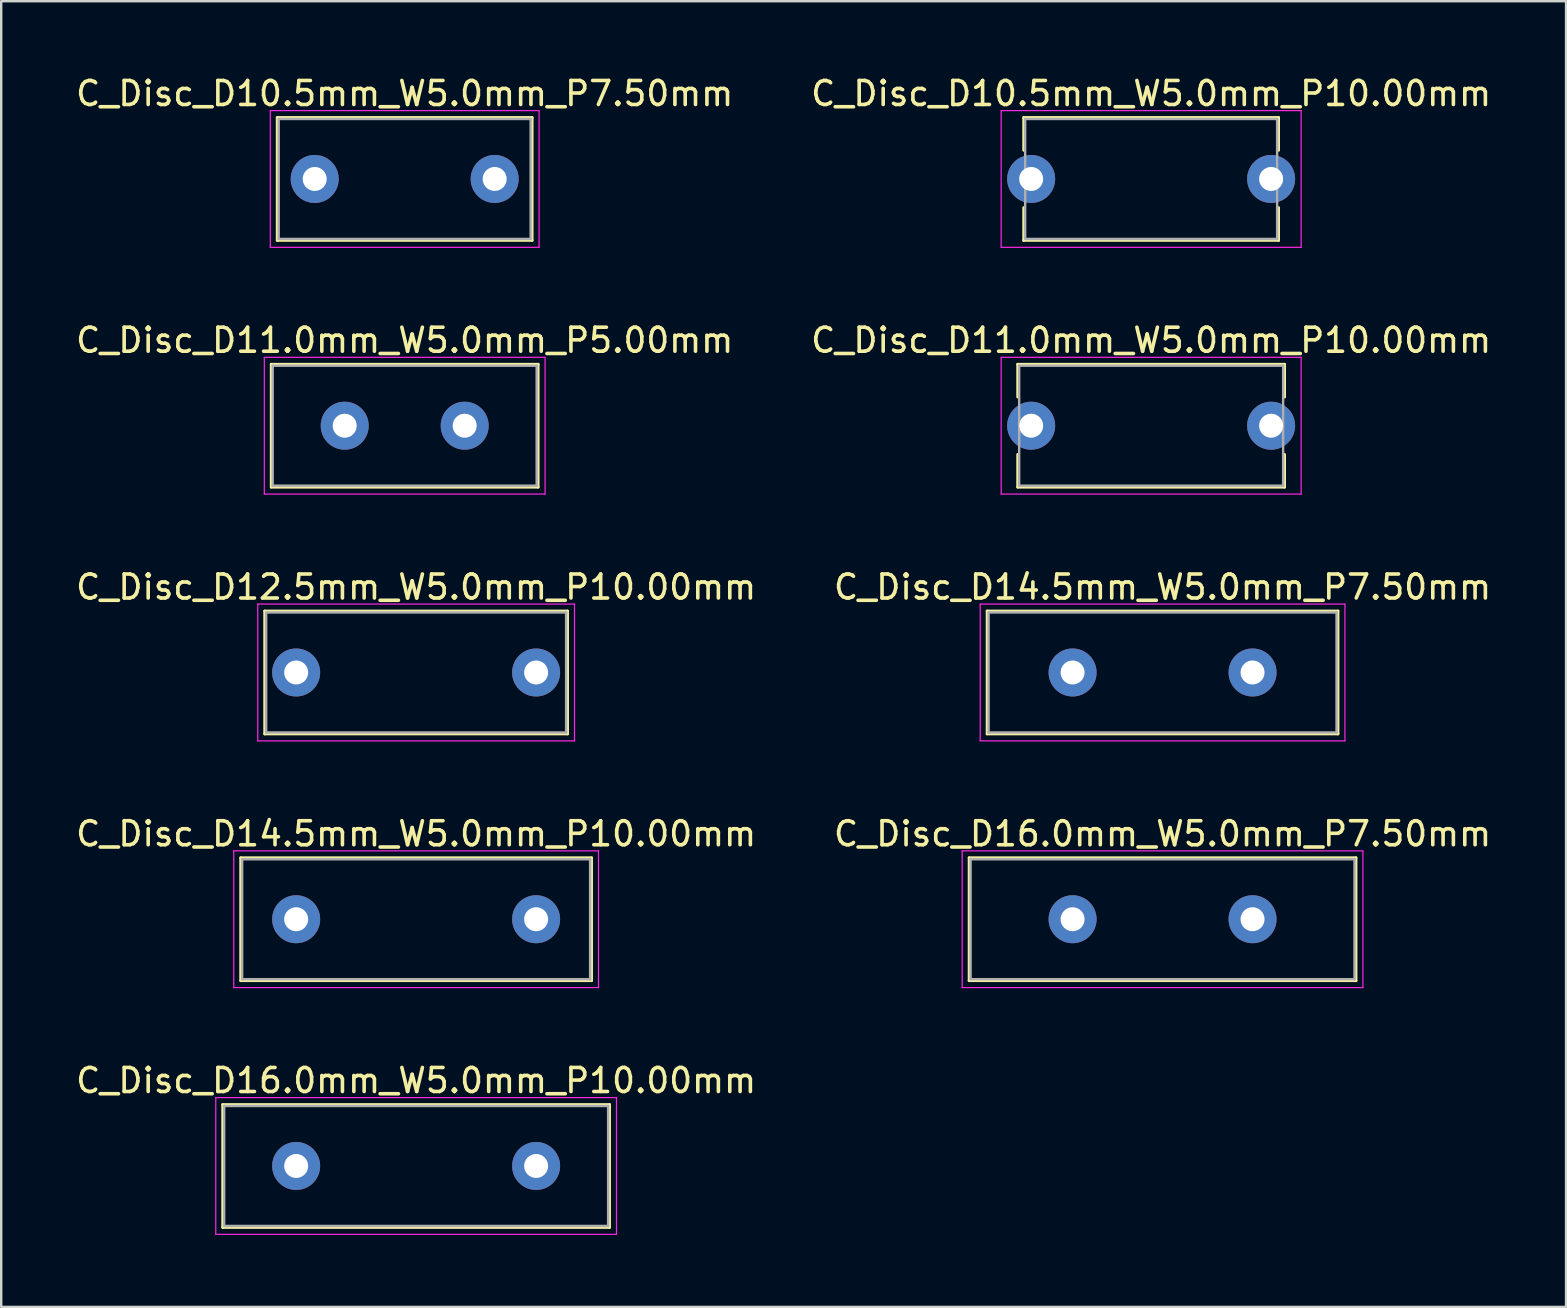
<source format=kicad_pcb>
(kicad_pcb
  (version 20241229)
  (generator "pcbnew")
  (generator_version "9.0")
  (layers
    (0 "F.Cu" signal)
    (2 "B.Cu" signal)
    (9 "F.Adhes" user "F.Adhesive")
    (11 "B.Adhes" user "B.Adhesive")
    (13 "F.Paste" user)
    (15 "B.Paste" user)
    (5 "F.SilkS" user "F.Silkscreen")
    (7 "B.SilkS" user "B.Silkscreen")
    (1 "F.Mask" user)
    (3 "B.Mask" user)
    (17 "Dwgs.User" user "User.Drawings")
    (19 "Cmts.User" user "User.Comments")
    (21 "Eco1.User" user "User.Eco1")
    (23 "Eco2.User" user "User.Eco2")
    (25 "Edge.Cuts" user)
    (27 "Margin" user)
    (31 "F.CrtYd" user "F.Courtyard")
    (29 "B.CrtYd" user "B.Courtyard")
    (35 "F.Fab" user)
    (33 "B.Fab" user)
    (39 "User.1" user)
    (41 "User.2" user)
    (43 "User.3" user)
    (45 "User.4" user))
  (footprint "C_Disc_D11.0mm_W5.0mm_P10.00mm"
    (layer "F.Cu")
    (at 39.923 14.691)
    (property "Reference" "C_Disc_D11.0mm_W5.0mm_P10.00mm" (at 5 -3.56 0) (layer "F.SilkS") (effects (font (size 1 1) (thickness 0.15))))
    (attr through_hole)
    (fp_line (start -0.56 -2.56) (end -0.56 -1.195) (stroke (width 0.12) (type solid)) (layer "F.SilkS"))
    (fp_line (start -0.56 -2.56) (end 10.56 -2.56) (stroke (width 0.12) (type solid)) (layer "F.SilkS"))
    (fp_line (start -0.56 1.195) (end -0.56 2.56) (stroke (width 0.12) (type solid)) (layer "F.SilkS"))
    (fp_line (start -0.56 2.56) (end 10.56 2.56) (stroke (width 0.12) (type solid)) (layer "F.SilkS"))
    (fp_line (start 10.56 -2.56) (end 10.56 -1.195) (stroke (width 0.12) (type solid)) (layer "F.SilkS"))
    (fp_line (start 10.56 1.195) (end 10.56 2.56) (stroke (width 0.12) (type solid)) (layer "F.SilkS"))
    (fp_line (start -1.25 -2.85) (end -1.25 2.85) (stroke (width 0.05) (type solid)) (layer "F.CrtYd"))
    (fp_line (start -1.25 2.85) (end 11.25 2.85) (stroke (width 0.05) (type solid)) (layer "F.CrtYd"))
    (fp_line (start 11.25 -2.85) (end -1.25 -2.85) (stroke (width 0.05) (type solid)) (layer "F.CrtYd"))
    (fp_line (start 11.25 2.85) (end 11.25 -2.85) (stroke (width 0.05) (type solid)) (layer "F.CrtYd"))
    (fp_line (start -0.5 -2.5) (end -0.5 2.5) (stroke (width 0.1) (type solid)) (layer "F.Fab"))
    (fp_line (start -0.5 2.5) (end 10.5 2.5) (stroke (width 0.1) (type solid)) (layer "F.Fab"))
    (fp_line (start 10.5 -2.5) (end -0.5 -2.5) (stroke (width 0.1) (type solid)) (layer "F.Fab"))
    (fp_line (start 10.5 2.5) (end 10.5 -2.5) (stroke (width 0.1) (type solid)) (layer "F.Fab"))
    (pad "1" thru_hole circle (at 0 0) (size 2 2) (drill 1) (layers "*.Cu" "*.Mask"))
    (pad "2" thru_hole circle (at 10 0) (size 2 2) (drill 1) (layers "*.Cu" "*.Mask")))
  (footprint "C_Disc_D16.0mm_W5.0mm_P7.50mm"
    (layer "F.Cu")
    (at 41.649 35.258)
    (property "Reference" "C_Disc_D16.0mm_W5.0mm_P7.50mm" (at 3.75 -3.56 0) (layer "F.SilkS") (effects (font (size 1 1) (thickness 0.15))))
    (attr through_hole)
    (fp_line (start -4.31 -2.56) (end -4.31 2.56) (stroke (width 0.12) (type solid)) (layer "F.SilkS"))
    (fp_line (start -4.31 -2.56) (end 11.81 -2.56) (stroke (width 0.12) (type solid)) (layer "F.SilkS"))
    (fp_line (start -4.31 2.56) (end 11.81 2.56) (stroke (width 0.12) (type solid)) (layer "F.SilkS"))
    (fp_line (start 11.81 -2.56) (end 11.81 2.56) (stroke (width 0.12) (type solid)) (layer "F.SilkS"))
    (fp_line (start -4.6 -2.85) (end -4.6 2.85) (stroke (width 0.05) (type solid)) (layer "F.CrtYd"))
    (fp_line (start -4.6 2.85) (end 12.1 2.85) (stroke (width 0.05) (type solid)) (layer "F.CrtYd"))
    (fp_line (start 12.1 -2.85) (end -4.6 -2.85) (stroke (width 0.05) (type solid)) (layer "F.CrtYd"))
    (fp_line (start 12.1 2.85) (end 12.1 -2.85) (stroke (width 0.05) (type solid)) (layer "F.CrtYd"))
    (fp_line (start -4.25 -2.5) (end -4.25 2.5) (stroke (width 0.1) (type solid)) (layer "F.Fab"))
    (fp_line (start -4.25 2.5) (end 11.75 2.5) (stroke (width 0.1) (type solid)) (layer "F.Fab"))
    (fp_line (start 11.75 -2.5) (end -4.25 -2.5) (stroke (width 0.1) (type solid)) (layer "F.Fab"))
    (fp_line (start 11.75 2.5) (end 11.75 -2.5) (stroke (width 0.1) (type solid)) (layer "F.Fab"))
    (pad "1" thru_hole circle (at 0 0) (size 2 2) (drill 1) (layers "*.Cu" "*.Mask"))
    (pad "2" thru_hole circle (at 7.5 0) (size 2 2) (drill 1) (layers "*.Cu" "*.Mask")))
  (footprint "C_Disc_D11.0mm_W5.0mm_P5.00mm"
    (layer "F.Cu")
    (at 11.315 14.691)
    (property "Reference" "C_Disc_D11.0mm_W5.0mm_P5.00mm" (at 2.5 -3.56 0) (layer "F.SilkS") (effects (font (size 1 1) (thickness 0.15))))
    (attr through_hole)
    (fp_line (start -3.06 -2.56) (end -3.06 2.56) (stroke (width 0.12) (type solid)) (layer "F.SilkS"))
    (fp_line (start -3.06 -2.56) (end 8.06 -2.56) (stroke (width 0.12) (type solid)) (layer "F.SilkS"))
    (fp_line (start -3.06 2.56) (end 8.06 2.56) (stroke (width 0.12) (type solid)) (layer "F.SilkS"))
    (fp_line (start 8.06 -2.56) (end 8.06 2.56) (stroke (width 0.12) (type solid)) (layer "F.SilkS"))
    (fp_line (start -3.35 -2.85) (end -3.35 2.85) (stroke (width 0.05) (type solid)) (layer "F.CrtYd"))
    (fp_line (start -3.35 2.85) (end 8.35 2.85) (stroke (width 0.05) (type solid)) (layer "F.CrtYd"))
    (fp_line (start 8.35 -2.85) (end -3.35 -2.85) (stroke (width 0.05) (type solid)) (layer "F.CrtYd"))
    (fp_line (start 8.35 2.85) (end 8.35 -2.85) (stroke (width 0.05) (type solid)) (layer "F.CrtYd"))
    (fp_line (start -3 -2.5) (end -3 2.5) (stroke (width 0.1) (type solid)) (layer "F.Fab"))
    (fp_line (start -3 2.5) (end 8 2.5) (stroke (width 0.1) (type solid)) (layer "F.Fab"))
    (fp_line (start 8 -2.5) (end -3 -2.5) (stroke (width 0.1) (type solid)) (layer "F.Fab"))
    (fp_line (start 8 2.5) (end 8 -2.5) (stroke (width 0.1) (type solid)) (layer "F.Fab"))
    (pad "1" thru_hole circle (at 0 0) (size 2 2) (drill 1) (layers "*.Cu" "*.Mask"))
    (pad "2" thru_hole circle (at 5 0) (size 2 2) (drill 1) (layers "*.Cu" "*.Mask")))
  (footprint "C_Disc_D14.5mm_W5.0mm_P10.00mm"
    (layer "F.Cu")
    (at 9.292 35.258)
    (property "Reference" "C_Disc_D14.5mm_W5.0mm_P10.00mm" (at 5 -3.56 0) (layer "F.SilkS") (effects (font (size 1 1) (thickness 0.15))))
    (attr through_hole)
    (fp_line (start -2.31 -2.56) (end -2.31 2.56) (stroke (width 0.12) (type solid)) (layer "F.SilkS"))
    (fp_line (start -2.31 -2.56) (end 12.31 -2.56) (stroke (width 0.12) (type solid)) (layer "F.SilkS"))
    (fp_line (start -2.31 2.56) (end 12.31 2.56) (stroke (width 0.12) (type solid)) (layer "F.SilkS"))
    (fp_line (start 12.31 -2.56) (end 12.31 2.56) (stroke (width 0.12) (type solid)) (layer "F.SilkS"))
    (fp_line (start -2.6 -2.85) (end -2.6 2.85) (stroke (width 0.05) (type solid)) (layer "F.CrtYd"))
    (fp_line (start -2.6 2.85) (end 12.6 2.85) (stroke (width 0.05) (type solid)) (layer "F.CrtYd"))
    (fp_line (start 12.6 -2.85) (end -2.6 -2.85) (stroke (width 0.05) (type solid)) (layer "F.CrtYd"))
    (fp_line (start 12.6 2.85) (end 12.6 -2.85) (stroke (width 0.05) (type solid)) (layer "F.CrtYd"))
    (fp_line (start -2.25 -2.5) (end -2.25 2.5) (stroke (width 0.1) (type solid)) (layer "F.Fab"))
    (fp_line (start -2.25 2.5) (end 12.25 2.5) (stroke (width 0.1) (type solid)) (layer "F.Fab"))
    (fp_line (start 12.25 -2.5) (end -2.25 -2.5) (stroke (width 0.1) (type solid)) (layer "F.Fab"))
    (fp_line (start 12.25 2.5) (end 12.25 -2.5) (stroke (width 0.1) (type solid)) (layer "F.Fab"))
    (pad "1" thru_hole circle (at 0 0) (size 2 2) (drill 1) (layers "*.Cu" "*.Mask"))
    (pad "2" thru_hole circle (at 10 0) (size 2 2) (drill 1) (layers "*.Cu" "*.Mask")))
  (footprint "C_Disc_D14.5mm_W5.0mm_P7.50mm"
    (layer "F.Cu")
    (at 41.649 24.975)
    (property "Reference" "C_Disc_D14.5mm_W5.0mm_P7.50mm" (at 3.75 -3.56 0) (layer "F.SilkS") (effects (font (size 1 1) (thickness 0.15))))
    (attr through_hole)
    (fp_line (start -3.56 -2.56) (end -3.56 2.56) (stroke (width 0.12) (type solid)) (layer "F.SilkS"))
    (fp_line (start -3.56 -2.56) (end 11.06 -2.56) (stroke (width 0.12) (type solid)) (layer "F.SilkS"))
    (fp_line (start -3.56 2.56) (end 11.06 2.56) (stroke (width 0.12) (type solid)) (layer "F.SilkS"))
    (fp_line (start 11.06 -2.56) (end 11.06 2.56) (stroke (width 0.12) (type solid)) (layer "F.SilkS"))
    (fp_line (start -3.85 -2.85) (end -3.85 2.85) (stroke (width 0.05) (type solid)) (layer "F.CrtYd"))
    (fp_line (start -3.85 2.85) (end 11.35 2.85) (stroke (width 0.05) (type solid)) (layer "F.CrtYd"))
    (fp_line (start 11.35 -2.85) (end -3.85 -2.85) (stroke (width 0.05) (type solid)) (layer "F.CrtYd"))
    (fp_line (start 11.35 2.85) (end 11.35 -2.85) (stroke (width 0.05) (type solid)) (layer "F.CrtYd"))
    (fp_line (start -3.5 -2.5) (end -3.5 2.5) (stroke (width 0.1) (type solid)) (layer "F.Fab"))
    (fp_line (start -3.5 2.5) (end 11 2.5) (stroke (width 0.1) (type solid)) (layer "F.Fab"))
    (fp_line (start 11 -2.5) (end -3.5 -2.5) (stroke (width 0.1) (type solid)) (layer "F.Fab"))
    (fp_line (start 11 2.5) (end 11 -2.5) (stroke (width 0.1) (type solid)) (layer "F.Fab"))
    (pad "1" thru_hole circle (at 0 0) (size 2 2) (drill 1) (layers "*.Cu" "*.Mask"))
    (pad "2" thru_hole circle (at 7.5 0) (size 2 2) (drill 1) (layers "*.Cu" "*.Mask")))
  (footprint "C_Disc_D12.5mm_W5.0mm_P10.00mm"
    (layer "F.Cu")
    (at 9.292 24.975)
    (property "Reference" "C_Disc_D12.5mm_W5.0mm_P10.00mm" (at 5 -3.56 0) (layer "F.SilkS") (effects (font (size 1 1) (thickness 0.15))))
    (attr through_hole)
    (fp_line (start -1.31 -2.56) (end -1.31 2.56) (stroke (width 0.12) (type solid)) (layer "F.SilkS"))
    (fp_line (start -1.31 -2.56) (end 11.31 -2.56) (stroke (width 0.12) (type solid)) (layer "F.SilkS"))
    (fp_line (start -1.31 2.56) (end 11.31 2.56) (stroke (width 0.12) (type solid)) (layer "F.SilkS"))
    (fp_line (start 11.31 -2.56) (end 11.31 2.56) (stroke (width 0.12) (type solid)) (layer "F.SilkS"))
    (fp_line (start -1.6 -2.85) (end -1.6 2.85) (stroke (width 0.05) (type solid)) (layer "F.CrtYd"))
    (fp_line (start -1.6 2.85) (end 11.6 2.85) (stroke (width 0.05) (type solid)) (layer "F.CrtYd"))
    (fp_line (start 11.6 -2.85) (end -1.6 -2.85) (stroke (width 0.05) (type solid)) (layer "F.CrtYd"))
    (fp_line (start 11.6 2.85) (end 11.6 -2.85) (stroke (width 0.05) (type solid)) (layer "F.CrtYd"))
    (fp_line (start -1.25 -2.5) (end -1.25 2.5) (stroke (width 0.1) (type solid)) (layer "F.Fab"))
    (fp_line (start -1.25 2.5) (end 11.25 2.5) (stroke (width 0.1) (type solid)) (layer "F.Fab"))
    (fp_line (start 11.25 -2.5) (end -1.25 -2.5) (stroke (width 0.1) (type solid)) (layer "F.Fab"))
    (fp_line (start 11.25 2.5) (end 11.25 -2.5) (stroke (width 0.1) (type solid)) (layer "F.Fab"))
    (pad "1" thru_hole circle (at 0 0) (size 2 2) (drill 1) (layers "*.Cu" "*.Mask"))
    (pad "2" thru_hole circle (at 10 0) (size 2 2) (drill 1) (layers "*.Cu" "*.Mask")))
  (footprint "C_Disc_D16.0mm_W5.0mm_P10.00mm"
    (layer "F.Cu")
    (at 9.292 45.541)
    (property "Reference" "C_Disc_D16.0mm_W5.0mm_P10.00mm" (at 5 -3.56 0) (layer "F.SilkS") (effects (font (size 1 1) (thickness 0.15))))
    (attr through_hole)
    (fp_line (start -3.06 -2.56) (end -3.06 2.56) (stroke (width 0.12) (type solid)) (layer "F.SilkS"))
    (fp_line (start -3.06 -2.56) (end 13.06 -2.56) (stroke (width 0.12) (type solid)) (layer "F.SilkS"))
    (fp_line (start -3.06 2.56) (end 13.06 2.56) (stroke (width 0.12) (type solid)) (layer "F.SilkS"))
    (fp_line (start 13.06 -2.56) (end 13.06 2.56) (stroke (width 0.12) (type solid)) (layer "F.SilkS"))
    (fp_line (start -3.35 -2.85) (end -3.35 2.85) (stroke (width 0.05) (type solid)) (layer "F.CrtYd"))
    (fp_line (start -3.35 2.85) (end 13.35 2.85) (stroke (width 0.05) (type solid)) (layer "F.CrtYd"))
    (fp_line (start 13.35 -2.85) (end -3.35 -2.85) (stroke (width 0.05) (type solid)) (layer "F.CrtYd"))
    (fp_line (start 13.35 2.85) (end 13.35 -2.85) (stroke (width 0.05) (type solid)) (layer "F.CrtYd"))
    (fp_line (start -3 -2.5) (end -3 2.5) (stroke (width 0.1) (type solid)) (layer "F.Fab"))
    (fp_line (start -3 2.5) (end 13 2.5) (stroke (width 0.1) (type solid)) (layer "F.Fab"))
    (fp_line (start 13 -2.5) (end -3 -2.5) (stroke (width 0.1) (type solid)) (layer "F.Fab"))
    (fp_line (start 13 2.5) (end 13 -2.5) (stroke (width 0.1) (type solid)) (layer "F.Fab"))
    (pad "1" thru_hole circle (at 0 0) (size 2 2) (drill 1) (layers "*.Cu" "*.Mask"))
    (pad "2" thru_hole circle (at 10 0) (size 2 2) (drill 1) (layers "*.Cu" "*.Mask")))
  (footprint "C_Disc_D10.5mm_W5.0mm_P10.00mm"
    (layer "F.Cu")
    (at 39.923 4.408)
    (property "Reference" "C_Disc_D10.5mm_W5.0mm_P10.00mm" (at 5 -3.56 0) (layer "F.SilkS") (effects (font (size 1 1) (thickness 0.15))))
    (attr through_hole)
    (fp_line (start -0.31 -2.56) (end -0.31 -1.195) (stroke (width 0.12) (type solid)) (layer "F.SilkS"))
    (fp_line (start -0.31 -2.56) (end 10.31 -2.56) (stroke (width 0.12) (type solid)) (layer "F.SilkS"))
    (fp_line (start -0.31 1.195) (end -0.31 2.56) (stroke (width 0.12) (type solid)) (layer "F.SilkS"))
    (fp_line (start -0.31 2.56) (end 10.31 2.56) (stroke (width 0.12) (type solid)) (layer "F.SilkS"))
    (fp_line (start 10.31 -2.56) (end 10.31 -1.195) (stroke (width 0.12) (type solid)) (layer "F.SilkS"))
    (fp_line (start 10.31 1.195) (end 10.31 2.56) (stroke (width 0.12) (type solid)) (layer "F.SilkS"))
    (fp_line (start -1.25 -2.85) (end -1.25 2.85) (stroke (width 0.05) (type solid)) (layer "F.CrtYd"))
    (fp_line (start -1.25 2.85) (end 11.25 2.85) (stroke (width 0.05) (type solid)) (layer "F.CrtYd"))
    (fp_line (start 11.25 -2.85) (end -1.25 -2.85) (stroke (width 0.05) (type solid)) (layer "F.CrtYd"))
    (fp_line (start 11.25 2.85) (end 11.25 -2.85) (stroke (width 0.05) (type solid)) (layer "F.CrtYd"))
    (fp_line (start -0.25 -2.5) (end -0.25 2.5) (stroke (width 0.1) (type solid)) (layer "F.Fab"))
    (fp_line (start -0.25 2.5) (end 10.25 2.5) (stroke (width 0.1) (type solid)) (layer "F.Fab"))
    (fp_line (start 10.25 -2.5) (end -0.25 -2.5) (stroke (width 0.1) (type solid)) (layer "F.Fab"))
    (fp_line (start 10.25 2.5) (end 10.25 -2.5) (stroke (width 0.1) (type solid)) (layer "F.Fab"))
    (pad "1" thru_hole circle (at 0 0) (size 2 2) (drill 1) (layers "*.Cu" "*.Mask"))
    (pad "2" thru_hole circle (at 10 0) (size 2 2) (drill 1) (layers "*.Cu" "*.Mask")))
  (footprint "C_Disc_D10.5mm_W5.0mm_P7.50mm"
    (layer "F.Cu")
    (at 10.065 4.408)
    (property "Reference" "C_Disc_D10.5mm_W5.0mm_P7.50mm" (at 3.75 -3.56 0) (layer "F.SilkS") (effects (font (size 1 1) (thickness 0.15))))
    (attr through_hole)
    (fp_line (start -1.56 -2.56) (end -1.56 2.56) (stroke (width 0.12) (type solid)) (layer "F.SilkS"))
    (fp_line (start -1.56 -2.56) (end 9.06 -2.56) (stroke (width 0.12) (type solid)) (layer "F.SilkS"))
    (fp_line (start -1.56 2.56) (end 9.06 2.56) (stroke (width 0.12) (type solid)) (layer "F.SilkS"))
    (fp_line (start 9.06 -2.56) (end 9.06 2.56) (stroke (width 0.12) (type solid)) (layer "F.SilkS"))
    (fp_line (start -1.85 -2.85) (end -1.85 2.85) (stroke (width 0.05) (type solid)) (layer "F.CrtYd"))
    (fp_line (start -1.85 2.85) (end 9.35 2.85) (stroke (width 0.05) (type solid)) (layer "F.CrtYd"))
    (fp_line (start 9.35 -2.85) (end -1.85 -2.85) (stroke (width 0.05) (type solid)) (layer "F.CrtYd"))
    (fp_line (start 9.35 2.85) (end 9.35 -2.85) (stroke (width 0.05) (type solid)) (layer "F.CrtYd"))
    (fp_line (start -1.5 -2.5) (end -1.5 2.5) (stroke (width 0.1) (type solid)) (layer "F.Fab"))
    (fp_line (start -1.5 2.5) (end 9 2.5) (stroke (width 0.1) (type solid)) (layer "F.Fab"))
    (fp_line (start 9 -2.5) (end -1.5 -2.5) (stroke (width 0.1) (type solid)) (layer "F.Fab"))
    (fp_line (start 9 2.5) (end 9 -2.5) (stroke (width 0.1) (type solid)) (layer "F.Fab"))
    (pad "1" thru_hole circle (at 0 0) (size 2 2) (drill 1) (layers "*.Cu" "*.Mask"))
    (pad "2" thru_hole circle (at 7.5 0) (size 2 2) (drill 1) (layers "*.Cu" "*.Mask")))
  (gr_rect
    (start -3 -3)
    (end 62.214 51.416)
    (stroke (width 0.1) (type default))
    (fill no)
    (layer "Edge.Cuts")))
</source>
